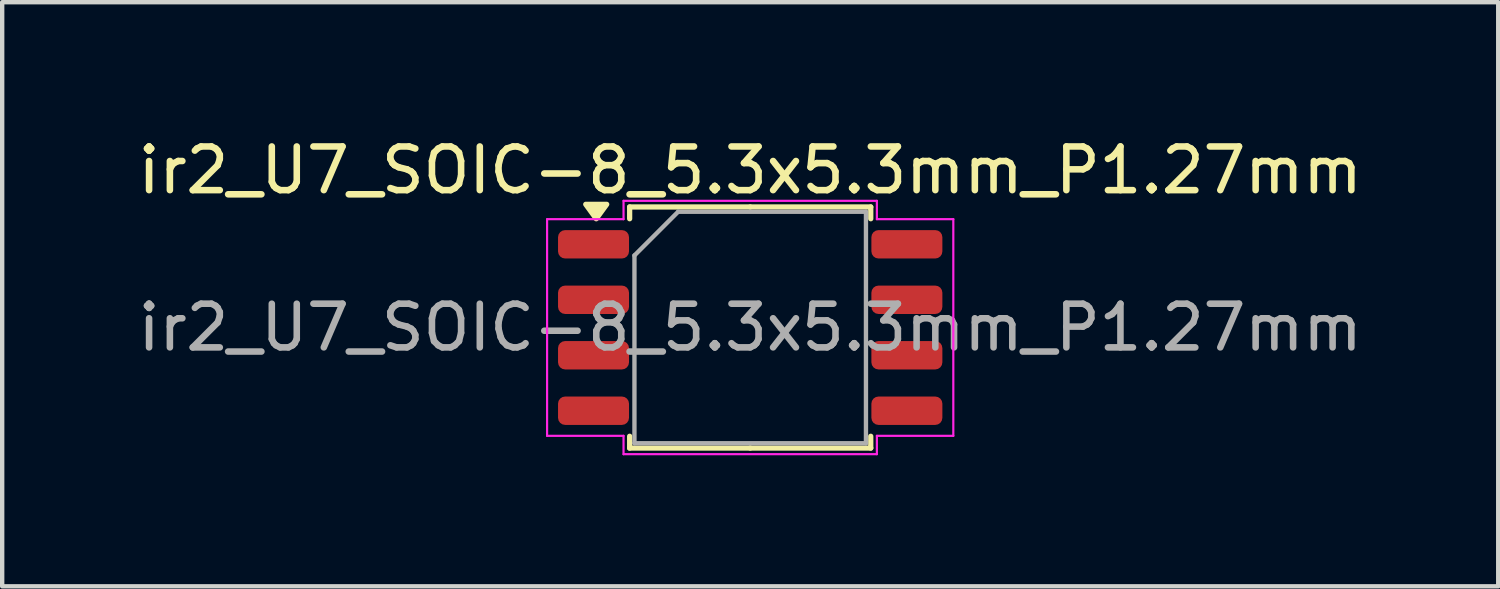
<source format=kicad_pcb>
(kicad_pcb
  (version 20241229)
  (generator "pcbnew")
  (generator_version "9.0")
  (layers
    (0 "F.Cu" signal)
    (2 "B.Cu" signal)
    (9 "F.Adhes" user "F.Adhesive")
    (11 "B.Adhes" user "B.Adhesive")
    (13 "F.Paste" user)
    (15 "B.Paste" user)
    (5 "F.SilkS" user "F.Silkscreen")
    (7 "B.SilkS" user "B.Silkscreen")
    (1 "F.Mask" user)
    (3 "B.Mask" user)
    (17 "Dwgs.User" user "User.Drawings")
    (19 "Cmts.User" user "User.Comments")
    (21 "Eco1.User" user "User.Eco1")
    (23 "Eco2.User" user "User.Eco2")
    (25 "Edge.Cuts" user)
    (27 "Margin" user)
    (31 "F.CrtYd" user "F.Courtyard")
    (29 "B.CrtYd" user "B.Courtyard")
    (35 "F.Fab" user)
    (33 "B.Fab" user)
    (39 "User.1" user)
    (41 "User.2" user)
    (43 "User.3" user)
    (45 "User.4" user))
  (footprint "ir2_U7_SOIC-8_5.3x5.3mm_P1.27mm"
    (layer "F.Cu")
    (at 14.125 4.448)
    (property "Reference" "ir2_U7_SOIC-8_5.3x5.3mm_P1.27mm" (at 0 -3.6 0) (layer "F.SilkS") (effects (font (size 1 1) (thickness 0.15))))
    (attr smd)
    (fp_line (start -2.76 -2.76) (end -2.76 -2.49) (stroke (width 0.12) (type solid)) (layer "F.SilkS"))
    (fp_line (start -2.76 2.76) (end -2.76 2.49) (stroke (width 0.12) (type solid)) (layer "F.SilkS"))
    (fp_line (start 0 -2.76) (end -2.76 -2.76) (stroke (width 0.12) (type solid)) (layer "F.SilkS"))
    (fp_line (start 0 -2.76) (end 2.76 -2.76) (stroke (width 0.12) (type solid)) (layer "F.SilkS"))
    (fp_line (start 0 2.76) (end -2.76 2.76) (stroke (width 0.12) (type solid)) (layer "F.SilkS"))
    (fp_line (start 0 2.76) (end 2.76 2.76) (stroke (width 0.12) (type solid)) (layer "F.SilkS"))
    (fp_line (start 2.76 -2.76) (end 2.76 -2.49) (stroke (width 0.12) (type solid)) (layer "F.SilkS"))
    (fp_line (start 2.76 2.76) (end 2.76 2.49) (stroke (width 0.12) (type solid)) (layer "F.SilkS"))
    (fp_poly (pts (xy -3.525 -2.49) (xy -3.765 -2.82) (xy -3.285 -2.82)) (stroke (width 0.12) (type solid)) (fill yes) (layer "F.SilkS"))
    (fp_line (start -4.65 -2.48) (end -2.9 -2.48) (stroke (width 0.05) (type solid)) (layer "F.CrtYd"))
    (fp_line (start -4.65 2.48) (end -4.65 -2.48) (stroke (width 0.05) (type solid)) (layer "F.CrtYd"))
    (fp_line (start -2.9 -2.9) (end 2.9 -2.9) (stroke (width 0.05) (type solid)) (layer "F.CrtYd"))
    (fp_line (start -2.9 -2.48) (end -2.9 -2.9) (stroke (width 0.05) (type solid)) (layer "F.CrtYd"))
    (fp_line (start -2.9 2.48) (end -4.65 2.48) (stroke (width 0.05) (type solid)) (layer "F.CrtYd"))
    (fp_line (start -2.9 2.9) (end -2.9 2.48) (stroke (width 0.05) (type solid)) (layer "F.CrtYd"))
    (fp_line (start 2.9 -2.9) (end 2.9 -2.48) (stroke (width 0.05) (type solid)) (layer "F.CrtYd"))
    (fp_line (start 2.9 -2.48) (end 4.65 -2.48) (stroke (width 0.05) (type solid)) (layer "F.CrtYd"))
    (fp_line (start 2.9 2.48) (end 2.9 2.9) (stroke (width 0.05) (type solid)) (layer "F.CrtYd"))
    (fp_line (start 2.9 2.9) (end -2.9 2.9) (stroke (width 0.05) (type solid)) (layer "F.CrtYd"))
    (fp_line (start 4.65 -2.48) (end 4.65 2.48) (stroke (width 0.05) (type solid)) (layer "F.CrtYd"))
    (fp_line (start 4.65 2.48) (end 2.9 2.48) (stroke (width 0.05) (type solid)) (layer "F.CrtYd"))
    (fp_line (start -2.65 -1.65) (end -1.65 -2.65) (stroke (width 0.1) (type solid)) (layer "F.Fab"))
    (fp_line (start -2.65 2.65) (end -2.65 -1.65) (stroke (width 0.1) (type solid)) (layer "F.Fab"))
    (fp_line (start -1.65 -2.65) (end 2.65 -2.65) (stroke (width 0.1) (type solid)) (layer "F.Fab"))
    (fp_line (start 2.65 -2.65) (end 2.65 2.65) (stroke (width 0.1) (type solid)) (layer "F.Fab"))
    (fp_line (start 2.65 2.65) (end -2.65 2.65) (stroke (width 0.1) (type solid)) (layer "F.Fab"))
    (fp_text user "${REFERENCE}" (at 0 0 0) (layer "F.Fab") (effects (font (size 1 1) (thickness 0.15))))
    (pad "1" smd roundrect (at -3.587 -1.905) (size 1.625 0.65) (layers "F.Cu" "F.Mask" "F.Paste") (roundrect_rratio 0.25))
    (pad "2" smd roundrect (at -3.587 -0.635) (size 1.625 0.65) (layers "F.Cu" "F.Mask" "F.Paste") (roundrect_rratio 0.25))
    (pad "3" smd roundrect (at -3.587 0.635) (size 1.625 0.65) (layers "F.Cu" "F.Mask" "F.Paste") (roundrect_rratio 0.25))
    (pad "4" smd roundrect (at -3.587 1.905) (size 1.625 0.65) (layers "F.Cu" "F.Mask" "F.Paste") (roundrect_rratio 0.25))
    (pad "5" smd roundrect (at 3.587 1.905) (size 1.625 0.65) (layers "F.Cu" "F.Mask" "F.Paste") (roundrect_rratio 0.25))
    (pad "6" smd roundrect (at 3.587 0.635) (size 1.625 0.65) (layers "F.Cu" "F.Mask" "F.Paste") (roundrect_rratio 0.25))
    (pad "7" smd roundrect (at 3.587 -0.635) (size 1.625 0.65) (layers "F.Cu" "F.Mask" "F.Paste") (roundrect_rratio 0.25))
    (pad "8" smd roundrect (at 3.587 -1.905) (size 1.625 0.65) (layers "F.Cu" "F.Mask" "F.Paste") (roundrect_rratio 0.25)))
  (gr_rect
    (start -3 -3)
    (end 31.25 10.373)
    (stroke (width 0.1) (type default))
    (fill no)
    (layer "Edge.Cuts")))
</source>
